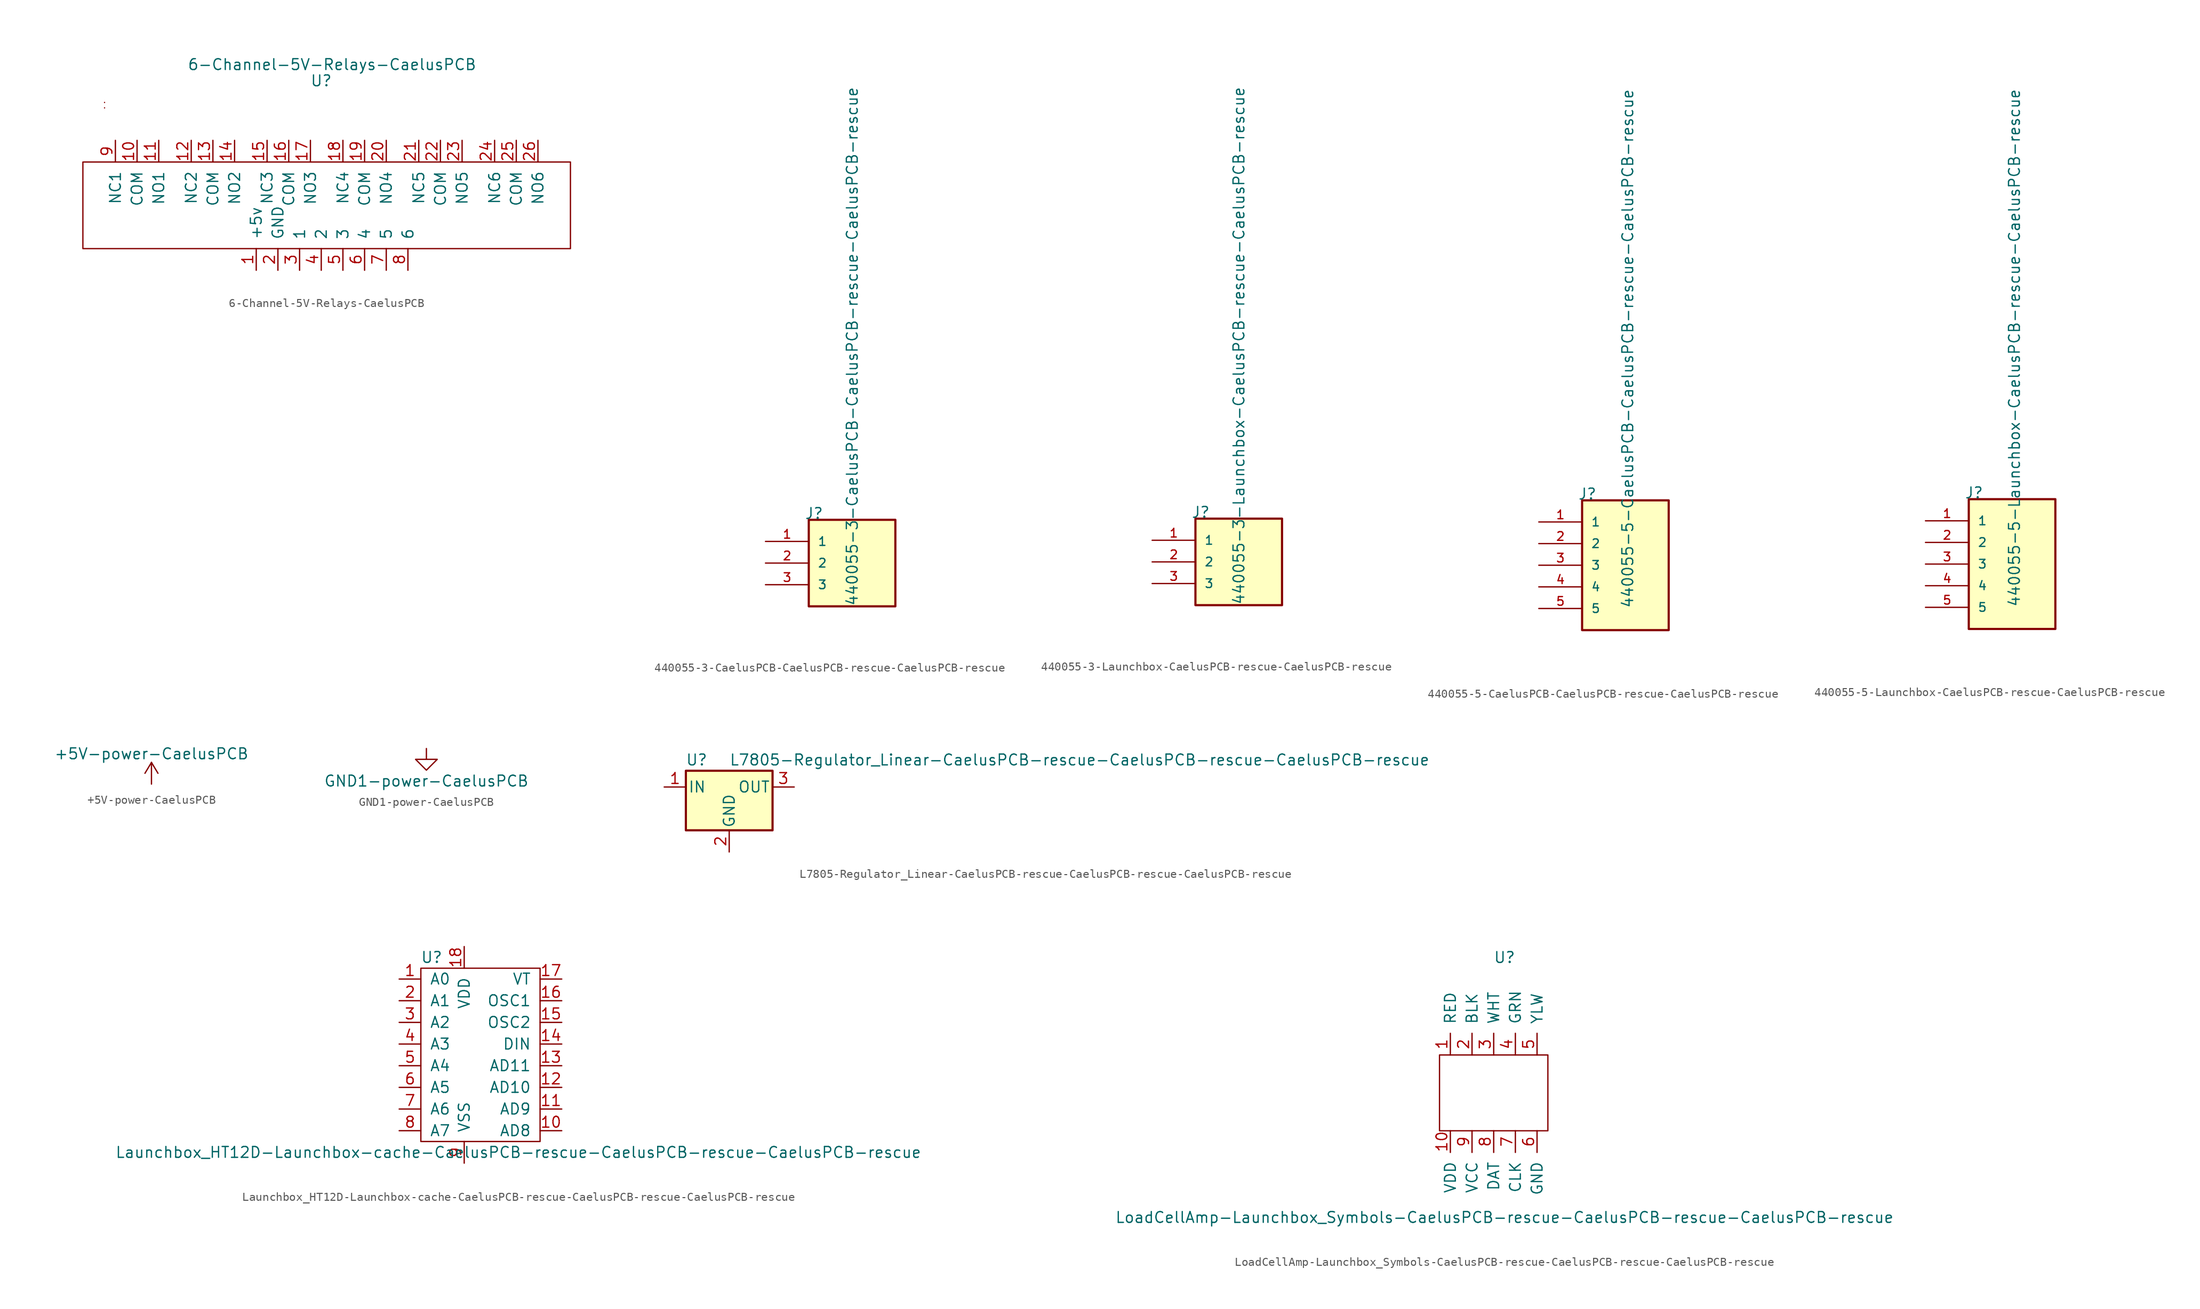
<source format=kicad_sym>
(kicad_symbol_lib
  (version 20211014)
  (generator kicad_symbol_editor)
  (symbol "6-Channel-5V-Relays-CaelusPCB"
    (pin_names
      (offset 1.016))
    (property "Reference" "U"
      (at 0 14.605 0)
      (effects (font (size 1.27 1.27))))
    (property "Value" "6-Channel-5V-Relays-CaelusPCB"
      (at 1.27 16.51 0)
      (effects (font (size 1.27 1.27))))
    (symbol "6-Channel-5V-Relays-CaelusPCB_0_1"
      (rectangle (start -25.4 11.43) (end -25.4 11.43) (stroke (width 0) (type default) (color 0 0 0 0)) (fill (type none)))
      (polyline (pts (xy -25.4 12.065) (xy -25.4 12.065)) (stroke (width 0) (type default) (color 0 0 0 0)) (fill (type none)))
      (polyline (pts (xy -27.94 5.08) (xy 29.21 5.08) (xy 29.21 -5.08) (xy -27.94 -5.08) (xy -27.94 5.08)) (stroke (width 0) (type default) (color 0 0 0 0)) (fill (type none)))
      (rectangle (start 1.27 6.985) (end 1.27 6.985) (stroke (width 0) (type default) (color 0 0 0 0)) (fill (type none)))
      (rectangle (start 1.27 6.985) (end 1.27 6.985) (stroke (width 0) (type default) (color 0 0 0 0)) (fill (type none))))
    (symbol "6-Channel-5V-Relays-CaelusPCB_1_1"
      (pin input line (at -7.62 -7.62 90) (length 2.54) (name "+5v" (effects (font (size 1.27 1.27)))) (number "1" (effects (font (size 1.27 1.27)))))
      (pin output line (at -21.59 7.62 270) (length 2.54) (name "COM" (effects (font (size 1.27 1.27)))) (number "10" (effects (font (size 1.27 1.27)))))
      (pin output line (at -19.05 7.62 270) (length 2.54) (name "NO1" (effects (font (size 1.27 1.27)))) (number "11" (effects (font (size 1.27 1.27)))))
      (pin output line (at -15.24 7.62 270) (length 2.54) (name "NC2" (effects (font (size 1.27 1.27)))) (number "12" (effects (font (size 1.27 1.27)))))
      (pin output line (at -12.7 7.62 270) (length 2.54) (name "COM" (effects (font (size 1.27 1.27)))) (number "13" (effects (font (size 1.27 1.27)))))
      (pin output line (at -10.16 7.62 270) (length 2.54) (name "NO2" (effects (font (size 1.27 1.27)))) (number "14" (effects (font (size 1.27 1.27)))))
      (pin output line (at -6.35 7.62 270) (length 2.54) (name "NC3" (effects (font (size 1.27 1.27)))) (number "15" (effects (font (size 1.27 1.27)))))
      (pin output line (at -3.81 7.62 270) (length 2.54) (name "COM" (effects (font (size 1.27 1.27)))) (number "16" (effects (font (size 1.27 1.27)))))
      (pin output line (at -1.27 7.62 270) (length 2.54) (name "NO3" (effects (font (size 1.27 1.27)))) (number "17" (effects (font (size 1.27 1.27)))))
      (pin output line (at 2.54 7.62 270) (length 2.54) (name "NC4" (effects (font (size 1.27 1.27)))) (number "18" (effects (font (size 1.27 1.27)))))
      (pin output line (at 5.08 7.62 270) (length 2.54) (name "COM" (effects (font (size 1.27 1.27)))) (number "19" (effects (font (size 1.27 1.27)))))
      (pin input line (at -5.08 -7.62 90) (length 2.54) (name "GND" (effects (font (size 1.27 1.27)))) (number "2" (effects (font (size 1.27 1.27)))))
      (pin output line (at 7.62 7.62 270) (length 2.54) (name "NO4" (effects (font (size 1.27 1.27)))) (number "20" (effects (font (size 1.27 1.27)))))
      (pin output line (at 11.43 7.62 270) (length 2.54) (name "NC5" (effects (font (size 1.27 1.27)))) (number "21" (effects (font (size 1.27 1.27)))))
      (pin output line (at 13.97 7.62 270) (length 2.54) (name "COM" (effects (font (size 1.27 1.27)))) (number "22" (effects (font (size 1.27 1.27)))))
      (pin output line (at 16.51 7.62 270) (length 2.54) (name "NO5" (effects (font (size 1.27 1.27)))) (number "23" (effects (font (size 1.27 1.27)))))
      (pin output line (at 20.32 7.62 270) (length 2.54) (name "NC6" (effects (font (size 1.27 1.27)))) (number "24" (effects (font (size 1.27 1.27)))))
      (pin output line (at 22.86 7.62 270) (length 2.54) (name "COM" (effects (font (size 1.27 1.27)))) (number "25" (effects (font (size 1.27 1.27)))))
      (pin output line (at 25.4 7.62 270) (length 2.54) (name "NO6" (effects (font (size 1.27 1.27)))) (number "26" (effects (font (size 1.27 1.27)))))
      (pin input line (at -2.54 -7.62 90) (length 2.54) (name "1" (effects (font (size 1.27 1.27)))) (number "3" (effects (font (size 1.27 1.27)))))
      (pin input line (at 0 -7.62 90) (length 2.54) (name "2" (effects (font (size 1.27 1.27)))) (number "4" (effects (font (size 1.27 1.27)))))
      (pin input line (at 2.54 -7.62 90) (length 2.54) (name "3" (effects (font (size 1.27 1.27)))) (number "5" (effects (font (size 1.27 1.27)))))
      (pin input line (at 5.08 -7.62 90) (length 2.54) (name "4" (effects (font (size 1.27 1.27)))) (number "6" (effects (font (size 1.27 1.27)))))
      (pin input line (at 7.62 -7.62 90) (length 2.54) (name "5" (effects (font (size 1.27 1.27)))) (number "7" (effects (font (size 1.27 1.27)))))
      (pin input line (at 10.16 -7.62 90) (length 2.54) (name "6" (effects (font (size 1.27 1.27)))) (number "8" (effects (font (size 1.27 1.27)))))
      (pin output line (at -24.13 7.62 270) (length 2.54) (name "NC1" (effects (font (size 1.27 1.27)))) (number "9" (effects (font (size 1.27 1.27)))))))
  (symbol "440055-3-CaelusPCB-CaelusPCB-rescue-CaelusPCB-rescue"
    (pin_names
      (offset 1.016))
    (property "Reference" "J"
      (at -5.588 5.08 0)
      (effects (font (size 1.27 1.27)) (justify left bottom)))
    (property "Value" "440055-3-CaelusPCB-CaelusPCB-rescue-CaelusPCB-rescue"
      (at 0.762 -5.08 90)
      (effects (font (size 1.27 1.27)) (justify left bottom)))
    (property "ki_locked" ""
      (at 0 0 0)
      (effects (font (size 1.27 1.27))))
    (symbol "440055-3-CaelusPCB-CaelusPCB-rescue-CaelusPCB-rescue_0_0"
      (rectangle (start -5.08 -5.08) (end 5.08 5.08) (stroke (width 0.254) (type default) (color 0 0 0 0)) (fill (type background)))
      (pin passive line (at -10.16 2.54 0) (length 5.08) (name "1" (effects (font (size 1.016 1.016)))) (number "1" (effects (font (size 1.016 1.016)))))
      (pin passive line (at -10.16 0 0) (length 5.08) (name "2" (effects (font (size 1.016 1.016)))) (number "2" (effects (font (size 1.016 1.016)))))
      (pin passive line (at -10.16 -2.54 0) (length 5.08) (name "3" (effects (font (size 1.016 1.016)))) (number "3" (effects (font (size 1.016 1.016)))))))
  (symbol "440055-3-Launchbox-CaelusPCB-rescue-CaelusPCB-rescue"
    (pin_names
      (offset 1.016))
    (property "Reference" "J"
      (at -5.588 5.08 0)
      (effects (font (size 1.27 1.27)) (justify left bottom)))
    (property "Value" "440055-3-Launchbox-CaelusPCB-rescue-CaelusPCB-rescue"
      (at 0.762 -5.08 90)
      (effects (font (size 1.27 1.27)) (justify left bottom)))
    (property "ki_locked" ""
      (at 0 0 0)
      (effects (font (size 1.27 1.27))))
    (symbol "440055-3-Launchbox-CaelusPCB-rescue-CaelusPCB-rescue_0_0"
      (rectangle (start -5.08 -5.08) (end 5.08 5.08) (stroke (width 0.254) (type default) (color 0 0 0 0)) (fill (type background)))
      (pin passive line (at -10.16 2.54 0) (length 5.08) (name "1" (effects (font (size 1.016 1.016)))) (number "1" (effects (font (size 1.016 1.016)))))
      (pin passive line (at -10.16 0 0) (length 5.08) (name "2" (effects (font (size 1.016 1.016)))) (number "2" (effects (font (size 1.016 1.016)))))
      (pin passive line (at -10.16 -2.54 0) (length 5.08) (name "3" (effects (font (size 1.016 1.016)))) (number "3" (effects (font (size 1.016 1.016)))))))
  (symbol "440055-5-CaelusPCB-CaelusPCB-rescue-CaelusPCB-rescue"
    (pin_names
      (offset 1.016))
    (property "Reference" "J"
      (at -5.588 7.62 0)
      (effects (font (size 1.27 1.27)) (justify left bottom)))
    (property "Value" "440055-5-CaelusPCB-CaelusPCB-rescue-CaelusPCB-rescue"
      (at 1.016 -5.08 90)
      (effects (font (size 1.27 1.27)) (justify left bottom)))
    (property "ki_locked" ""
      (at 0 0 0)
      (effects (font (size 1.27 1.27))))
    (symbol "440055-5-CaelusPCB-CaelusPCB-rescue-CaelusPCB-rescue_0_0"
      (rectangle (start -5.08 -7.62) (end 5.08 7.62) (stroke (width 0.254) (type default) (color 0 0 0 0)) (fill (type background)))
      (pin passive line (at -10.16 5.08 0) (length 5.08) (name "1" (effects (font (size 1.016 1.016)))) (number "1" (effects (font (size 1.016 1.016)))))
      (pin passive line (at -10.16 2.54 0) (length 5.08) (name "2" (effects (font (size 1.016 1.016)))) (number "2" (effects (font (size 1.016 1.016)))))
      (pin passive line (at -10.16 0 0) (length 5.08) (name "3" (effects (font (size 1.016 1.016)))) (number "3" (effects (font (size 1.016 1.016)))))
      (pin passive line (at -10.16 -2.54 0) (length 5.08) (name "4" (effects (font (size 1.016 1.016)))) (number "4" (effects (font (size 1.016 1.016)))))
      (pin passive line (at -10.16 -5.08 0) (length 5.08) (name "5" (effects (font (size 1.016 1.016)))) (number "5" (effects (font (size 1.016 1.016)))))))
  (symbol "440055-5-Launchbox-CaelusPCB-rescue-CaelusPCB-rescue"
    (pin_names
      (offset 1.016))
    (property "Reference" "J"
      (at -5.588 7.62 0)
      (effects (font (size 1.27 1.27)) (justify left bottom)))
    (property "Value" "440055-5-Launchbox-CaelusPCB-rescue-CaelusPCB-rescue"
      (at 1.016 -5.08 90)
      (effects (font (size 1.27 1.27)) (justify left bottom)))
    (property "ki_locked" ""
      (at 0 0 0)
      (effects (font (size 1.27 1.27))))
    (symbol "440055-5-Launchbox-CaelusPCB-rescue-CaelusPCB-rescue_0_0"
      (rectangle (start -5.08 -7.62) (end 5.08 7.62) (stroke (width 0.254) (type default) (color 0 0 0 0)) (fill (type background)))
      (pin passive line (at -10.16 5.08 0) (length 5.08) (name "1" (effects (font (size 1.016 1.016)))) (number "1" (effects (font (size 1.016 1.016)))))
      (pin passive line (at -10.16 2.54 0) (length 5.08) (name "2" (effects (font (size 1.016 1.016)))) (number "2" (effects (font (size 1.016 1.016)))))
      (pin passive line (at -10.16 0 0) (length 5.08) (name "3" (effects (font (size 1.016 1.016)))) (number "3" (effects (font (size 1.016 1.016)))))
      (pin passive line (at -10.16 -2.54 0) (length 5.08) (name "4" (effects (font (size 1.016 1.016)))) (number "4" (effects (font (size 1.016 1.016)))))
      (pin passive line (at -10.16 -5.08 0) (length 5.08) (name "5" (effects (font (size 1.016 1.016)))) (number "5" (effects (font (size 1.016 1.016)))))))
  (symbol "+5V-power-CaelusPCB"
    (power)
    (pin_names
      (offset 0))
    (property "Reference" "#PWR"
      (at 0 -3.81 0)
      (effects (font (size 1.27 1.27)) hide))
    (property "Value" "+5V-power-CaelusPCB"
      (at 0 3.556 0)
      (effects (font (size 1.27 1.27))))
    (symbol "+5V-power-CaelusPCB_0_1"
      (polyline (pts (xy -0.762 1.27) (xy 0 2.54)) (stroke (width 0) (type default) (color 0 0 0 0)) (fill (type none)))
      (polyline (pts (xy 0 0) (xy 0 2.54)) (stroke (width 0) (type default) (color 0 0 0 0)) (fill (type none)))
      (polyline (pts (xy 0 2.54) (xy 0.762 1.27)) (stroke (width 0) (type default) (color 0 0 0 0)) (fill (type none))))
    (symbol "+5V-power-CaelusPCB_1_1"
      (pin power_in line (at 0 0 90) (length 0) hide (name "+5V" (effects (font (size 1.27 1.27)))) (number "1" (effects (font (size 1.27 1.27)))))))
  (symbol "GND1-power-CaelusPCB"
    (power)
    (pin_names
      (offset 0))
    (property "Reference" "#PWR"
      (at 0 -6.35 0)
      (effects (font (size 1.27 1.27)) hide))
    (property "Value" "GND1-power-CaelusPCB"
      (at 0 -3.81 0)
      (effects (font (size 1.27 1.27))))
    (symbol "GND1-power-CaelusPCB_0_1"
      (polyline (pts (xy 0 0) (xy 0 -1.27) (xy 1.27 -1.27) (xy 0 -2.54) (xy -1.27 -1.27) (xy 0 -1.27)) (stroke (width 0) (type default) (color 0 0 0 0)) (fill (type none))))
    (symbol "GND1-power-CaelusPCB_1_1"
      (pin power_in line (at 0 0 270) (length 0) hide (name "GND1" (effects (font (size 1.27 1.27)))) (number "1" (effects (font (size 1.27 1.27)))))))
  (symbol "L7805-Regulator_Linear-CaelusPCB-rescue-CaelusPCB-rescue-CaelusPCB-rescue"
    (pin_names
      (offset 0.254))
    (property "Reference" "U"
      (at -3.81 3.175 0)
      (effects (font (size 1.27 1.27))))
    (property "Value" "L7805-Regulator_Linear-CaelusPCB-rescue-CaelusPCB-rescue-CaelusPCB-rescue"
      (at 0 3.175 0)
      (effects (font (size 1.27 1.27)) (justify left)))
    (symbol "L7805-Regulator_Linear-CaelusPCB-rescue-CaelusPCB-rescue-CaelusPCB-rescue_0_1"
      (rectangle (start -5.08 1.905) (end 5.08 -5.08) (stroke (width 0.254) (type default) (color 0 0 0 0)) (fill (type background))))
    (symbol "L7805-Regulator_Linear-CaelusPCB-rescue-CaelusPCB-rescue-CaelusPCB-rescue_1_1"
      (pin power_in line (at -7.62 0 0) (length 2.54) (name "IN" (effects (font (size 1.27 1.27)))) (number "1" (effects (font (size 1.27 1.27)))))
      (pin power_in line (at 0 -7.62 90) (length 2.54) (name "GND" (effects (font (size 1.27 1.27)))) (number "2" (effects (font (size 1.27 1.27)))))
      (pin power_out line (at 7.62 0 180) (length 2.54) (name "OUT" (effects (font (size 1.27 1.27)))) (number "3" (effects (font (size 1.27 1.27)))))))
  (symbol "Launchbox_HT12D-Launchbox-cache-CaelusPCB-rescue-CaelusPCB-rescue-CaelusPCB-rescue"
    (pin_names
      (offset 1.016))
    (property "Reference" "U"
      (at -1.27 11.43 0)
      (effects (font (size 1.27 1.27))))
    (property "Value" "Launchbox_HT12D-Launchbox-cache-CaelusPCB-rescue-CaelusPCB-rescue-CaelusPCB-rescue"
      (at 8.89 -11.43 0)
      (effects (font (size 1.27 1.27))))
    (symbol "Launchbox_HT12D-Launchbox-cache-CaelusPCB-rescue-CaelusPCB-rescue-CaelusPCB-rescue_0_1"
      (rectangle (start -2.54 10.16) (end 11.43 -10.16) (stroke (width 0) (type default) (color 0 0 0 0)) (fill (type none))))
    (symbol "Launchbox_HT12D-Launchbox-cache-CaelusPCB-rescue-CaelusPCB-rescue-CaelusPCB-rescue_1_1"
      (pin input line (at -5.08 8.89 0) (length 2.54) (name "A0" (effects (font (size 1.27 1.27)))) (number "1" (effects (font (size 1.27 1.27)))))
      (pin input line (at 13.97 -8.89 180) (length 2.54) (name "AD8" (effects (font (size 1.27 1.27)))) (number "10" (effects (font (size 1.27 1.27)))))
      (pin input line (at 13.97 -6.35 180) (length 2.54) (name "AD9" (effects (font (size 1.27 1.27)))) (number "11" (effects (font (size 1.27 1.27)))))
      (pin input line (at 13.97 -3.81 180) (length 2.54) (name "AD10" (effects (font (size 1.27 1.27)))) (number "12" (effects (font (size 1.27 1.27)))))
      (pin input line (at 13.97 -1.27 180) (length 2.54) (name "AD11" (effects (font (size 1.27 1.27)))) (number "13" (effects (font (size 1.27 1.27)))))
      (pin input line (at 13.97 1.27 180) (length 2.54) (name "DIN" (effects (font (size 1.27 1.27)))) (number "14" (effects (font (size 1.27 1.27)))))
      (pin input line (at 13.97 3.81 180) (length 2.54) (name "OSC2" (effects (font (size 1.27 1.27)))) (number "15" (effects (font (size 1.27 1.27)))))
      (pin input line (at 13.97 6.35 180) (length 2.54) (name "OSC1" (effects (font (size 1.27 1.27)))) (number "16" (effects (font (size 1.27 1.27)))))
      (pin input line (at 13.97 8.89 180) (length 2.54) (name "VT" (effects (font (size 1.27 1.27)))) (number "17" (effects (font (size 1.27 1.27)))))
      (pin input line (at 2.54 12.7 270) (length 2.54) (name "VDD" (effects (font (size 1.27 1.27)))) (number "18" (effects (font (size 1.27 1.27)))))
      (pin input line (at -5.08 6.35 0) (length 2.54) (name "A1" (effects (font (size 1.27 1.27)))) (number "2" (effects (font (size 1.27 1.27)))))
      (pin input line (at -5.08 3.81 0) (length 2.54) (name "A2" (effects (font (size 1.27 1.27)))) (number "3" (effects (font (size 1.27 1.27)))))
      (pin input line (at -5.08 1.27 0) (length 2.54) (name "A3" (effects (font (size 1.27 1.27)))) (number "4" (effects (font (size 1.27 1.27)))))
      (pin input line (at -5.08 -1.27 0) (length 2.54) (name "A4" (effects (font (size 1.27 1.27)))) (number "5" (effects (font (size 1.27 1.27)))))
      (pin input line (at -5.08 -3.81 0) (length 2.54) (name "A5" (effects (font (size 1.27 1.27)))) (number "6" (effects (font (size 1.27 1.27)))))
      (pin input line (at -5.08 -6.35 0) (length 2.54) (name "A6" (effects (font (size 1.27 1.27)))) (number "7" (effects (font (size 1.27 1.27)))))
      (pin input line (at -5.08 -8.89 0) (length 2.54) (name "A7" (effects (font (size 1.27 1.27)))) (number "8" (effects (font (size 1.27 1.27)))))
      (pin input line (at 2.54 -12.7 90) (length 2.54) (name "VSS" (effects (font (size 1.27 1.27)))) (number "9" (effects (font (size 1.27 1.27)))))))
  (symbol "LoadCellAmp-Launchbox_Symbols-CaelusPCB-rescue-CaelusPCB-rescue-CaelusPCB-rescue"
    (pin_names
      (offset 1.016))
    (property "Reference" "U"
      (at 0 15.24 0)
      (effects (font (size 1.27 1.27))))
    (property "Value" "LoadCellAmp-Launchbox_Symbols-CaelusPCB-rescue-CaelusPCB-rescue-CaelusPCB-rescue"
      (at 0 -15.24 0)
      (effects (font (size 1.27 1.27))))
    (symbol "LoadCellAmp-Launchbox_Symbols-CaelusPCB-rescue-CaelusPCB-rescue-CaelusPCB-rescue_0_1"
      (rectangle (start -7.62 3.81) (end 5.08 -5.08) (stroke (width 0) (type default) (color 0 0 0 0)) (fill (type none))))
    (symbol "LoadCellAmp-Launchbox_Symbols-CaelusPCB-rescue-CaelusPCB-rescue-CaelusPCB-rescue_1_1"
      (pin input line (at -6.35 3.81 90) (length 2.54) (name "RED" (effects (font (size 1.27 1.27)))) (number "1" (effects (font (size 1.27 1.27)))))
      (pin input line (at -6.35 -5.08 270) (length 2.54) (name "VDD" (effects (font (size 1.27 1.27)))) (number "10" (effects (font (size 1.27 1.27)))))
      (pin input line (at -3.81 3.81 90) (length 2.54) (name "BLK" (effects (font (size 1.27 1.27)))) (number "2" (effects (font (size 1.27 1.27)))))
      (pin input line (at -1.27 3.81 90) (length 2.54) (name "WHT" (effects (font (size 1.27 1.27)))) (number "3" (effects (font (size 1.27 1.27)))))
      (pin input line (at 1.27 3.81 90) (length 2.54) (name "GRN" (effects (font (size 1.27 1.27)))) (number "4" (effects (font (size 1.27 1.27)))))
      (pin input line (at 3.81 3.81 90) (length 2.54) (name "YLW" (effects (font (size 1.27 1.27)))) (number "5" (effects (font (size 1.27 1.27)))))
      (pin input line (at 3.81 -5.08 270) (length 2.54) (name "GND" (effects (font (size 1.27 1.27)))) (number "6" (effects (font (size 1.27 1.27)))))
      (pin input line (at 1.27 -5.08 270) (length 2.54) (name "CLK" (effects (font (size 1.27 1.27)))) (number "7" (effects (font (size 1.27 1.27)))))
      (pin input line (at -1.27 -5.08 270) (length 2.54) (name "DAT" (effects (font (size 1.27 1.27)))) (number "8" (effects (font (size 1.27 1.27)))))
      (pin input line (at -3.81 -5.08 270) (length 2.54) (name "VCC" (effects (font (size 1.27 1.27)))) (number "9" (effects (font (size 1.27 1.27))))))))
</source>
